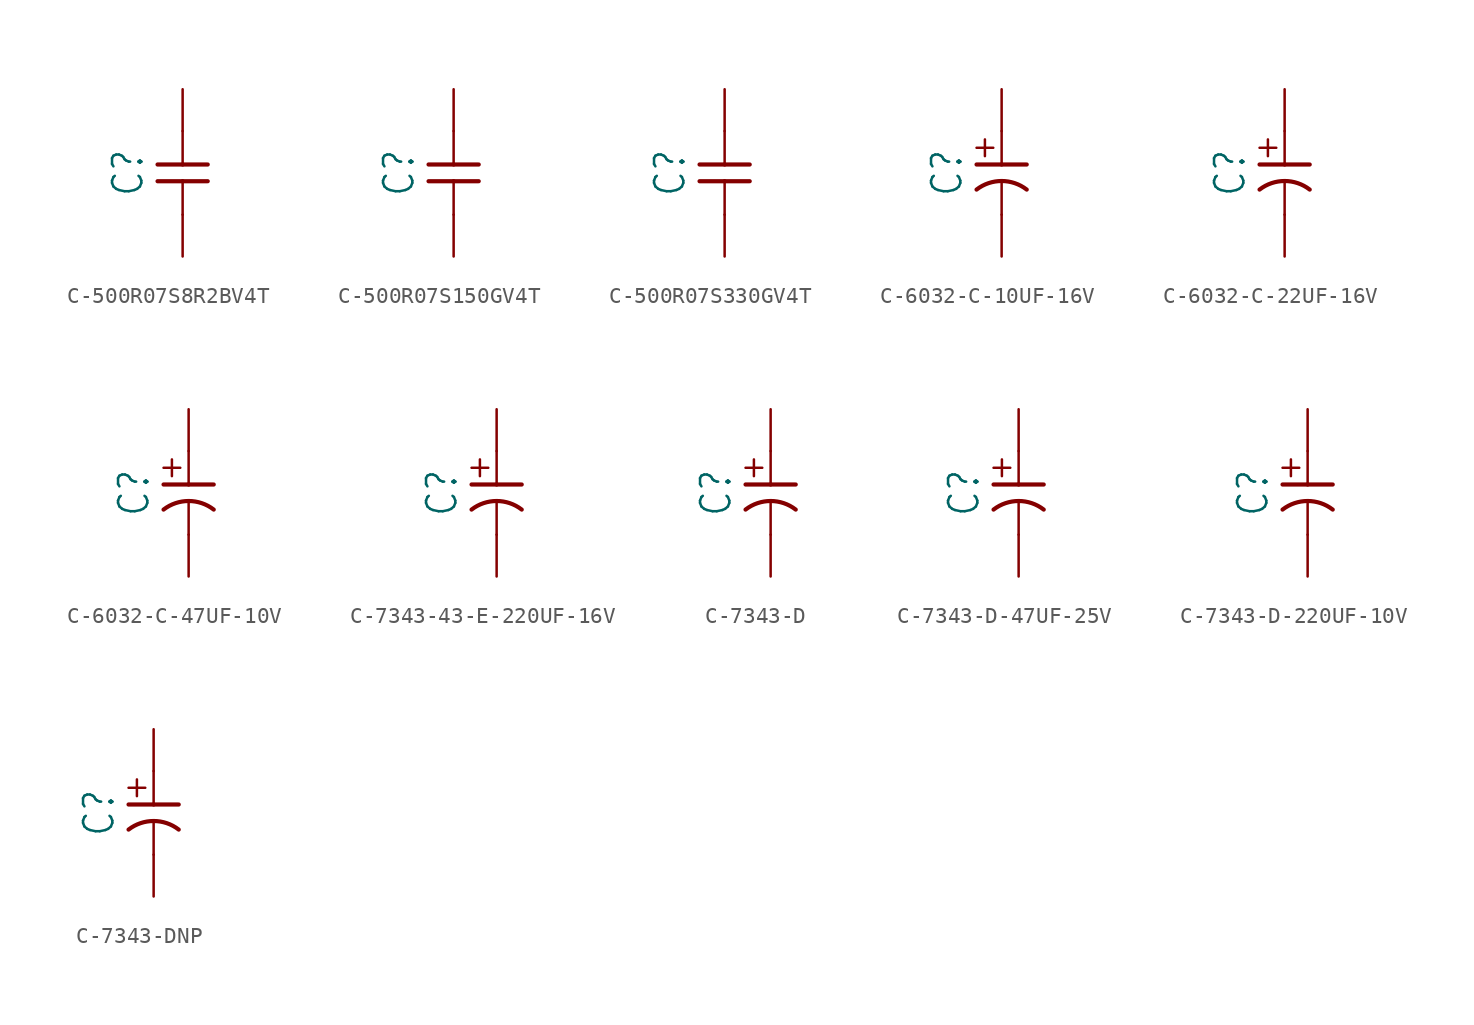
<source format=kicad_sym>
(kicad_symbol_lib
  (version 20231120)
  (generator "kicad_symbol_editor")
  (generator_version "8.0")
  (symbol "C-500R07S8R2BV4T"
    (property "Reference" "C"
      (at -2.286 0 90)
      (effects (font (size 1.778 1.511)) (justify bottom)))
    (property "Value" ""
      (at 2.286 0 90)
      (effects (font (size 1.778 1.511)) (justify top)))
    (property "ki_locked" ""
      (at 0 0 0)
      (effects (font (size 1.27 1.27))))
    (symbol "C-500R07S8R2BV4T_1_0"
      (polyline (pts (xy -1.524 0.508) (xy 0 0.508)) (stroke (width 0.254) (type solid)) (fill (type none)))
      (polyline (pts (xy 0 -2.54) (xy 0 -0.508)) (stroke (width 0.152) (type solid)) (fill (type none)))
      (polyline (pts (xy 0 -0.508) (xy -1.524 -0.508)) (stroke (width 0.254) (type solid)) (fill (type none)))
      (polyline (pts (xy 0 0.508) (xy 0 2.54)) (stroke (width 0.152) (type solid)) (fill (type none)))
      (polyline (pts (xy 0 0.508) (xy 1.524 0.508)) (stroke (width 0.254) (type solid)) (fill (type none)))
      (polyline (pts (xy 1.524 -0.508) (xy 0 -0.508)) (stroke (width 0.254) (type solid)) (fill (type none)))
      (pin passive line (at 0 5.08 270) (length 2.54) (name "1" (effects (font (size 0 0)))) (number "1" (effects (font (size 0 0)))))
      (pin passive line (at 0 -5.08 90) (length 2.54) (name "2" (effects (font (size 0 0)))) (number "2" (effects (font (size 0 0)))))))
  (symbol "C-500R07S150GV4T"
    (property "Reference" "C"
      (at -2.286 0 90)
      (effects (font (size 1.778 1.511)) (justify bottom)))
    (property "Value" ""
      (at 2.286 0 90)
      (effects (font (size 1.778 1.511)) (justify top)))
    (property "ki_locked" ""
      (at 0 0 0)
      (effects (font (size 1.27 1.27))))
    (symbol "C-500R07S150GV4T_1_0"
      (polyline (pts (xy -1.524 0.508) (xy 0 0.508)) (stroke (width 0.254) (type solid)) (fill (type none)))
      (polyline (pts (xy 0 -2.54) (xy 0 -0.508)) (stroke (width 0.152) (type solid)) (fill (type none)))
      (polyline (pts (xy 0 -0.508) (xy -1.524 -0.508)) (stroke (width 0.254) (type solid)) (fill (type none)))
      (polyline (pts (xy 0 0.508) (xy 0 2.54)) (stroke (width 0.152) (type solid)) (fill (type none)))
      (polyline (pts (xy 0 0.508) (xy 1.524 0.508)) (stroke (width 0.254) (type solid)) (fill (type none)))
      (polyline (pts (xy 1.524 -0.508) (xy 0 -0.508)) (stroke (width 0.254) (type solid)) (fill (type none)))
      (pin passive line (at 0 5.08 270) (length 2.54) (name "1" (effects (font (size 0 0)))) (number "1" (effects (font (size 0 0)))))
      (pin passive line (at 0 -5.08 90) (length 2.54) (name "2" (effects (font (size 0 0)))) (number "2" (effects (font (size 0 0)))))))
  (symbol "C-500R07S330GV4T"
    (property "Reference" "C"
      (at -2.286 0 90)
      (effects (font (size 1.778 1.511)) (justify bottom)))
    (property "Value" ""
      (at 2.286 0 90)
      (effects (font (size 1.778 1.511)) (justify top)))
    (property "ki_locked" ""
      (at 0 0 0)
      (effects (font (size 1.27 1.27))))
    (symbol "C-500R07S330GV4T_1_0"
      (polyline (pts (xy -1.524 0.508) (xy 0 0.508)) (stroke (width 0.254) (type solid)) (fill (type none)))
      (polyline (pts (xy 0 -2.54) (xy 0 -0.508)) (stroke (width 0.152) (type solid)) (fill (type none)))
      (polyline (pts (xy 0 -0.508) (xy -1.524 -0.508)) (stroke (width 0.254) (type solid)) (fill (type none)))
      (polyline (pts (xy 0 0.508) (xy 0 2.54)) (stroke (width 0.152) (type solid)) (fill (type none)))
      (polyline (pts (xy 0 0.508) (xy 1.524 0.508)) (stroke (width 0.254) (type solid)) (fill (type none)))
      (polyline (pts (xy 1.524 -0.508) (xy 0 -0.508)) (stroke (width 0.254) (type solid)) (fill (type none)))
      (pin passive line (at 0 5.08 270) (length 2.54) (name "1" (effects (font (size 0 0)))) (number "1" (effects (font (size 0 0)))))
      (pin passive line (at 0 -5.08 90) (length 2.54) (name "2" (effects (font (size 0 0)))) (number "2" (effects (font (size 0 0)))))))
  (symbol "C-6032-C-10UF-16V"
    (property "Reference" "C"
      (at -2.286 0 90)
      (effects (font (size 1.778 1.511)) (justify bottom)))
    (property "Value" ""
      (at 2.286 0 90)
      (effects (font (size 1.778 1.511)) (justify top)))
    (property "ki_locked" ""
      (at 0 0 0)
      (effects (font (size 1.27 1.27))))
    (symbol "C-6032-C-10UF-16V_1_0"
      (polyline (pts (xy -1.524 0.508) (xy 0 0.508)) (stroke (width 0.254) (type solid)) (fill (type none)))
      (polyline (pts (xy -1.524 1.524) (xy -0.508 1.524)) (stroke (width 0.152) (type solid)) (fill (type none)))
      (polyline (pts (xy -1.016 1.016) (xy -1.016 2.032)) (stroke (width 0.152) (type solid)) (fill (type none)))
      (polyline (pts (xy 0 -2.54) (xy 0 -0.508)) (stroke (width 0.152) (type solid)) (fill (type none)))
      (polyline (pts (xy 0 0.508) (xy 0 2.54)) (stroke (width 0.152) (type solid)) (fill (type none)))
      (polyline (pts (xy 0 0.508) (xy 1.524 0.508)) (stroke (width 0.254) (type solid)) (fill (type none)))
      (arc (start 1.5239 -1.0159) (mid -0.0001 -0.495) (end -1.524 -1.016) (stroke (width 0.254) (type solid)) (fill (type none)))
      (pin passive line (at 0 5.08 270) (length 2.54) (name "A" (effects (font (size 0 0)))) (number "A" (effects (font (size 0 0)))))
      (pin passive line (at 0 -5.08 90) (length 2.54) (name "C" (effects (font (size 0 0)))) (number "C" (effects (font (size 0 0)))))))
  (symbol "C-6032-C-22UF-16V"
    (property "Reference" "C"
      (at -2.286 0 90)
      (effects (font (size 1.778 1.511)) (justify bottom)))
    (property "Value" ""
      (at 2.286 0 90)
      (effects (font (size 1.778 1.511)) (justify top)))
    (property "ki_locked" ""
      (at 0 0 0)
      (effects (font (size 1.27 1.27))))
    (symbol "C-6032-C-22UF-16V_1_0"
      (polyline (pts (xy -1.524 0.508) (xy 0 0.508)) (stroke (width 0.254) (type solid)) (fill (type none)))
      (polyline (pts (xy -1.524 1.524) (xy -0.508 1.524)) (stroke (width 0.152) (type solid)) (fill (type none)))
      (polyline (pts (xy -1.016 1.016) (xy -1.016 2.032)) (stroke (width 0.152) (type solid)) (fill (type none)))
      (polyline (pts (xy 0 -2.54) (xy 0 -0.508)) (stroke (width 0.152) (type solid)) (fill (type none)))
      (polyline (pts (xy 0 0.508) (xy 0 2.54)) (stroke (width 0.152) (type solid)) (fill (type none)))
      (polyline (pts (xy 0 0.508) (xy 1.524 0.508)) (stroke (width 0.254) (type solid)) (fill (type none)))
      (arc (start 1.5239 -1.0159) (mid -0.0001 -0.495) (end -1.524 -1.016) (stroke (width 0.254) (type solid)) (fill (type none)))
      (pin passive line (at 0 5.08 270) (length 2.54) (name "A" (effects (font (size 0 0)))) (number "A" (effects (font (size 0 0)))))
      (pin passive line (at 0 -5.08 90) (length 2.54) (name "C" (effects (font (size 0 0)))) (number "C" (effects (font (size 0 0)))))))
  (symbol "C-6032-C-47UF-10V"
    (property "Reference" "C"
      (at -2.286 0 90)
      (effects (font (size 1.778 1.511)) (justify bottom)))
    (property "Value" ""
      (at 2.286 0 90)
      (effects (font (size 1.778 1.511)) (justify top)))
    (property "ki_locked" ""
      (at 0 0 0)
      (effects (font (size 1.27 1.27))))
    (symbol "C-6032-C-47UF-10V_1_0"
      (polyline (pts (xy -1.524 0.508) (xy 0 0.508)) (stroke (width 0.254) (type solid)) (fill (type none)))
      (polyline (pts (xy -1.524 1.524) (xy -0.508 1.524)) (stroke (width 0.152) (type solid)) (fill (type none)))
      (polyline (pts (xy -1.016 1.016) (xy -1.016 2.032)) (stroke (width 0.152) (type solid)) (fill (type none)))
      (polyline (pts (xy 0 -2.54) (xy 0 -0.508)) (stroke (width 0.152) (type solid)) (fill (type none)))
      (polyline (pts (xy 0 0.508) (xy 0 2.54)) (stroke (width 0.152) (type solid)) (fill (type none)))
      (polyline (pts (xy 0 0.508) (xy 1.524 0.508)) (stroke (width 0.254) (type solid)) (fill (type none)))
      (arc (start 1.5239 -1.0159) (mid -0.0001 -0.495) (end -1.524 -1.016) (stroke (width 0.254) (type solid)) (fill (type none)))
      (pin passive line (at 0 5.08 270) (length 2.54) (name "A" (effects (font (size 0 0)))) (number "A" (effects (font (size 0 0)))))
      (pin passive line (at 0 -5.08 90) (length 2.54) (name "C" (effects (font (size 0 0)))) (number "C" (effects (font (size 0 0)))))))
  (symbol "C-7343-43-E-220UF-16V"
    (property "Reference" "C"
      (at -2.286 0 90)
      (effects (font (size 1.778 1.511)) (justify bottom)))
    (property "Value" ""
      (at 2.286 0 90)
      (effects (font (size 1.778 1.511)) (justify top)))
    (property "ki_locked" ""
      (at 0 0 0)
      (effects (font (size 1.27 1.27))))
    (symbol "C-7343-43-E-220UF-16V_1_0"
      (polyline (pts (xy -1.524 0.508) (xy 0 0.508)) (stroke (width 0.254) (type solid)) (fill (type none)))
      (polyline (pts (xy -1.524 1.524) (xy -0.508 1.524)) (stroke (width 0.152) (type solid)) (fill (type none)))
      (polyline (pts (xy -1.016 1.016) (xy -1.016 2.032)) (stroke (width 0.152) (type solid)) (fill (type none)))
      (polyline (pts (xy 0 -2.54) (xy 0 -0.508)) (stroke (width 0.152) (type solid)) (fill (type none)))
      (polyline (pts (xy 0 0.508) (xy 0 2.54)) (stroke (width 0.152) (type solid)) (fill (type none)))
      (polyline (pts (xy 0 0.508) (xy 1.524 0.508)) (stroke (width 0.254) (type solid)) (fill (type none)))
      (arc (start 1.5239 -1.0159) (mid -0.0001 -0.495) (end -1.524 -1.016) (stroke (width 0.254) (type solid)) (fill (type none)))
      (pin passive line (at 0 5.08 270) (length 2.54) (name "A" (effects (font (size 0 0)))) (number "A" (effects (font (size 0 0)))))
      (pin passive line (at 0 -5.08 90) (length 2.54) (name "C" (effects (font (size 0 0)))) (number "C" (effects (font (size 0 0)))))))
  (symbol "C-7343-D"
    (property "Reference" "C"
      (at -2.286 0 90)
      (effects (font (size 1.778 1.511)) (justify bottom)))
    (property "Value" ""
      (at 2.286 0 90)
      (effects (font (size 1.778 1.511)) (justify top)))
    (property "ki_locked" ""
      (at 0 0 0)
      (effects (font (size 1.27 1.27))))
    (symbol "C-7343-D_1_0"
      (polyline (pts (xy -1.524 0.508) (xy 0 0.508)) (stroke (width 0.254) (type solid)) (fill (type none)))
      (polyline (pts (xy -1.524 1.524) (xy -0.508 1.524)) (stroke (width 0.152) (type solid)) (fill (type none)))
      (polyline (pts (xy -1.016 1.016) (xy -1.016 2.032)) (stroke (width 0.152) (type solid)) (fill (type none)))
      (polyline (pts (xy 0 -2.54) (xy 0 -0.508)) (stroke (width 0.152) (type solid)) (fill (type none)))
      (polyline (pts (xy 0 0.508) (xy 0 2.54)) (stroke (width 0.152) (type solid)) (fill (type none)))
      (polyline (pts (xy 0 0.508) (xy 1.524 0.508)) (stroke (width 0.254) (type solid)) (fill (type none)))
      (arc (start 1.5239 -1.0159) (mid -0.0001 -0.495) (end -1.524 -1.016) (stroke (width 0.254) (type solid)) (fill (type none)))
      (pin passive line (at 0 5.08 270) (length 2.54) (name "A" (effects (font (size 0 0)))) (number "A" (effects (font (size 0 0)))))
      (pin passive line (at 0 -5.08 90) (length 2.54) (name "C" (effects (font (size 0 0)))) (number "C" (effects (font (size 0 0)))))))
  (symbol "C-7343-D-47UF-25V"
    (property "Reference" "C"
      (at -2.286 0 90)
      (effects (font (size 1.778 1.511)) (justify bottom)))
    (property "Value" ""
      (at 2.286 0 90)
      (effects (font (size 1.778 1.511)) (justify top)))
    (property "ki_locked" ""
      (at 0 0 0)
      (effects (font (size 1.27 1.27))))
    (symbol "C-7343-D-47UF-25V_1_0"
      (polyline (pts (xy -1.524 0.508) (xy 0 0.508)) (stroke (width 0.254) (type solid)) (fill (type none)))
      (polyline (pts (xy -1.524 1.524) (xy -0.508 1.524)) (stroke (width 0.152) (type solid)) (fill (type none)))
      (polyline (pts (xy -1.016 1.016) (xy -1.016 2.032)) (stroke (width 0.152) (type solid)) (fill (type none)))
      (polyline (pts (xy 0 -2.54) (xy 0 -0.508)) (stroke (width 0.152) (type solid)) (fill (type none)))
      (polyline (pts (xy 0 0.508) (xy 0 2.54)) (stroke (width 0.152) (type solid)) (fill (type none)))
      (polyline (pts (xy 0 0.508) (xy 1.524 0.508)) (stroke (width 0.254) (type solid)) (fill (type none)))
      (arc (start 1.5239 -1.0159) (mid -0.0001 -0.495) (end -1.524 -1.016) (stroke (width 0.254) (type solid)) (fill (type none)))
      (pin passive line (at 0 5.08 270) (length 2.54) (name "A" (effects (font (size 0 0)))) (number "A" (effects (font (size 0 0)))))
      (pin passive line (at 0 -5.08 90) (length 2.54) (name "C" (effects (font (size 0 0)))) (number "C" (effects (font (size 0 0)))))))
  (symbol "C-7343-D-220UF-10V"
    (property "Reference" "C"
      (at -2.286 0 90)
      (effects (font (size 1.778 1.511)) (justify bottom)))
    (property "Value" ""
      (at 2.286 0 90)
      (effects (font (size 1.778 1.511)) (justify top)))
    (property "ki_locked" ""
      (at 0 0 0)
      (effects (font (size 1.27 1.27))))
    (symbol "C-7343-D-220UF-10V_1_0"
      (polyline (pts (xy -1.524 0.508) (xy 0 0.508)) (stroke (width 0.254) (type solid)) (fill (type none)))
      (polyline (pts (xy -1.524 1.524) (xy -0.508 1.524)) (stroke (width 0.152) (type solid)) (fill (type none)))
      (polyline (pts (xy -1.016 1.016) (xy -1.016 2.032)) (stroke (width 0.152) (type solid)) (fill (type none)))
      (polyline (pts (xy 0 -2.54) (xy 0 -0.508)) (stroke (width 0.152) (type solid)) (fill (type none)))
      (polyline (pts (xy 0 0.508) (xy 0 2.54)) (stroke (width 0.152) (type solid)) (fill (type none)))
      (polyline (pts (xy 0 0.508) (xy 1.524 0.508)) (stroke (width 0.254) (type solid)) (fill (type none)))
      (arc (start 1.5239 -1.0159) (mid -0.0001 -0.495) (end -1.524 -1.016) (stroke (width 0.254) (type solid)) (fill (type none)))
      (pin passive line (at 0 5.08 270) (length 2.54) (name "A" (effects (font (size 0 0)))) (number "A" (effects (font (size 0 0)))))
      (pin passive line (at 0 -5.08 90) (length 2.54) (name "C" (effects (font (size 0 0)))) (number "C" (effects (font (size 0 0)))))))
  (symbol "C-7343-DNP"
    (property "Reference" "C"
      (at -2.286 0 90)
      (effects (font (size 1.778 1.511)) (justify bottom)))
    (property "Value" ""
      (at 2.286 0 90)
      (effects (font (size 1.778 1.511)) (justify top)))
    (property "ki_locked" ""
      (at 0 0 0)
      (effects (font (size 1.27 1.27))))
    (symbol "C-7343-DNP_1_0"
      (polyline (pts (xy -1.524 0.508) (xy 0 0.508)) (stroke (width 0.254) (type solid)) (fill (type none)))
      (polyline (pts (xy -1.524 1.524) (xy -0.508 1.524)) (stroke (width 0.152) (type solid)) (fill (type none)))
      (polyline (pts (xy -1.016 1.016) (xy -1.016 2.032)) (stroke (width 0.152) (type solid)) (fill (type none)))
      (polyline (pts (xy 0 -2.54) (xy 0 -0.508)) (stroke (width 0.152) (type solid)) (fill (type none)))
      (polyline (pts (xy 0 0.508) (xy 0 2.54)) (stroke (width 0.152) (type solid)) (fill (type none)))
      (polyline (pts (xy 0 0.508) (xy 1.524 0.508)) (stroke (width 0.254) (type solid)) (fill (type none)))
      (arc (start 1.5239 -1.0159) (mid -0.0001 -0.495) (end -1.524 -1.016) (stroke (width 0.254) (type solid)) (fill (type none)))
      (pin passive line (at 0 5.08 270) (length 2.54) (name "A" (effects (font (size 0 0)))) (number "A" (effects (font (size 0 0)))))
      (pin passive line (at 0 -5.08 90) (length 2.54) (name "C" (effects (font (size 0 0)))) (number "C" (effects (font (size 0 0))))))))
</source>
